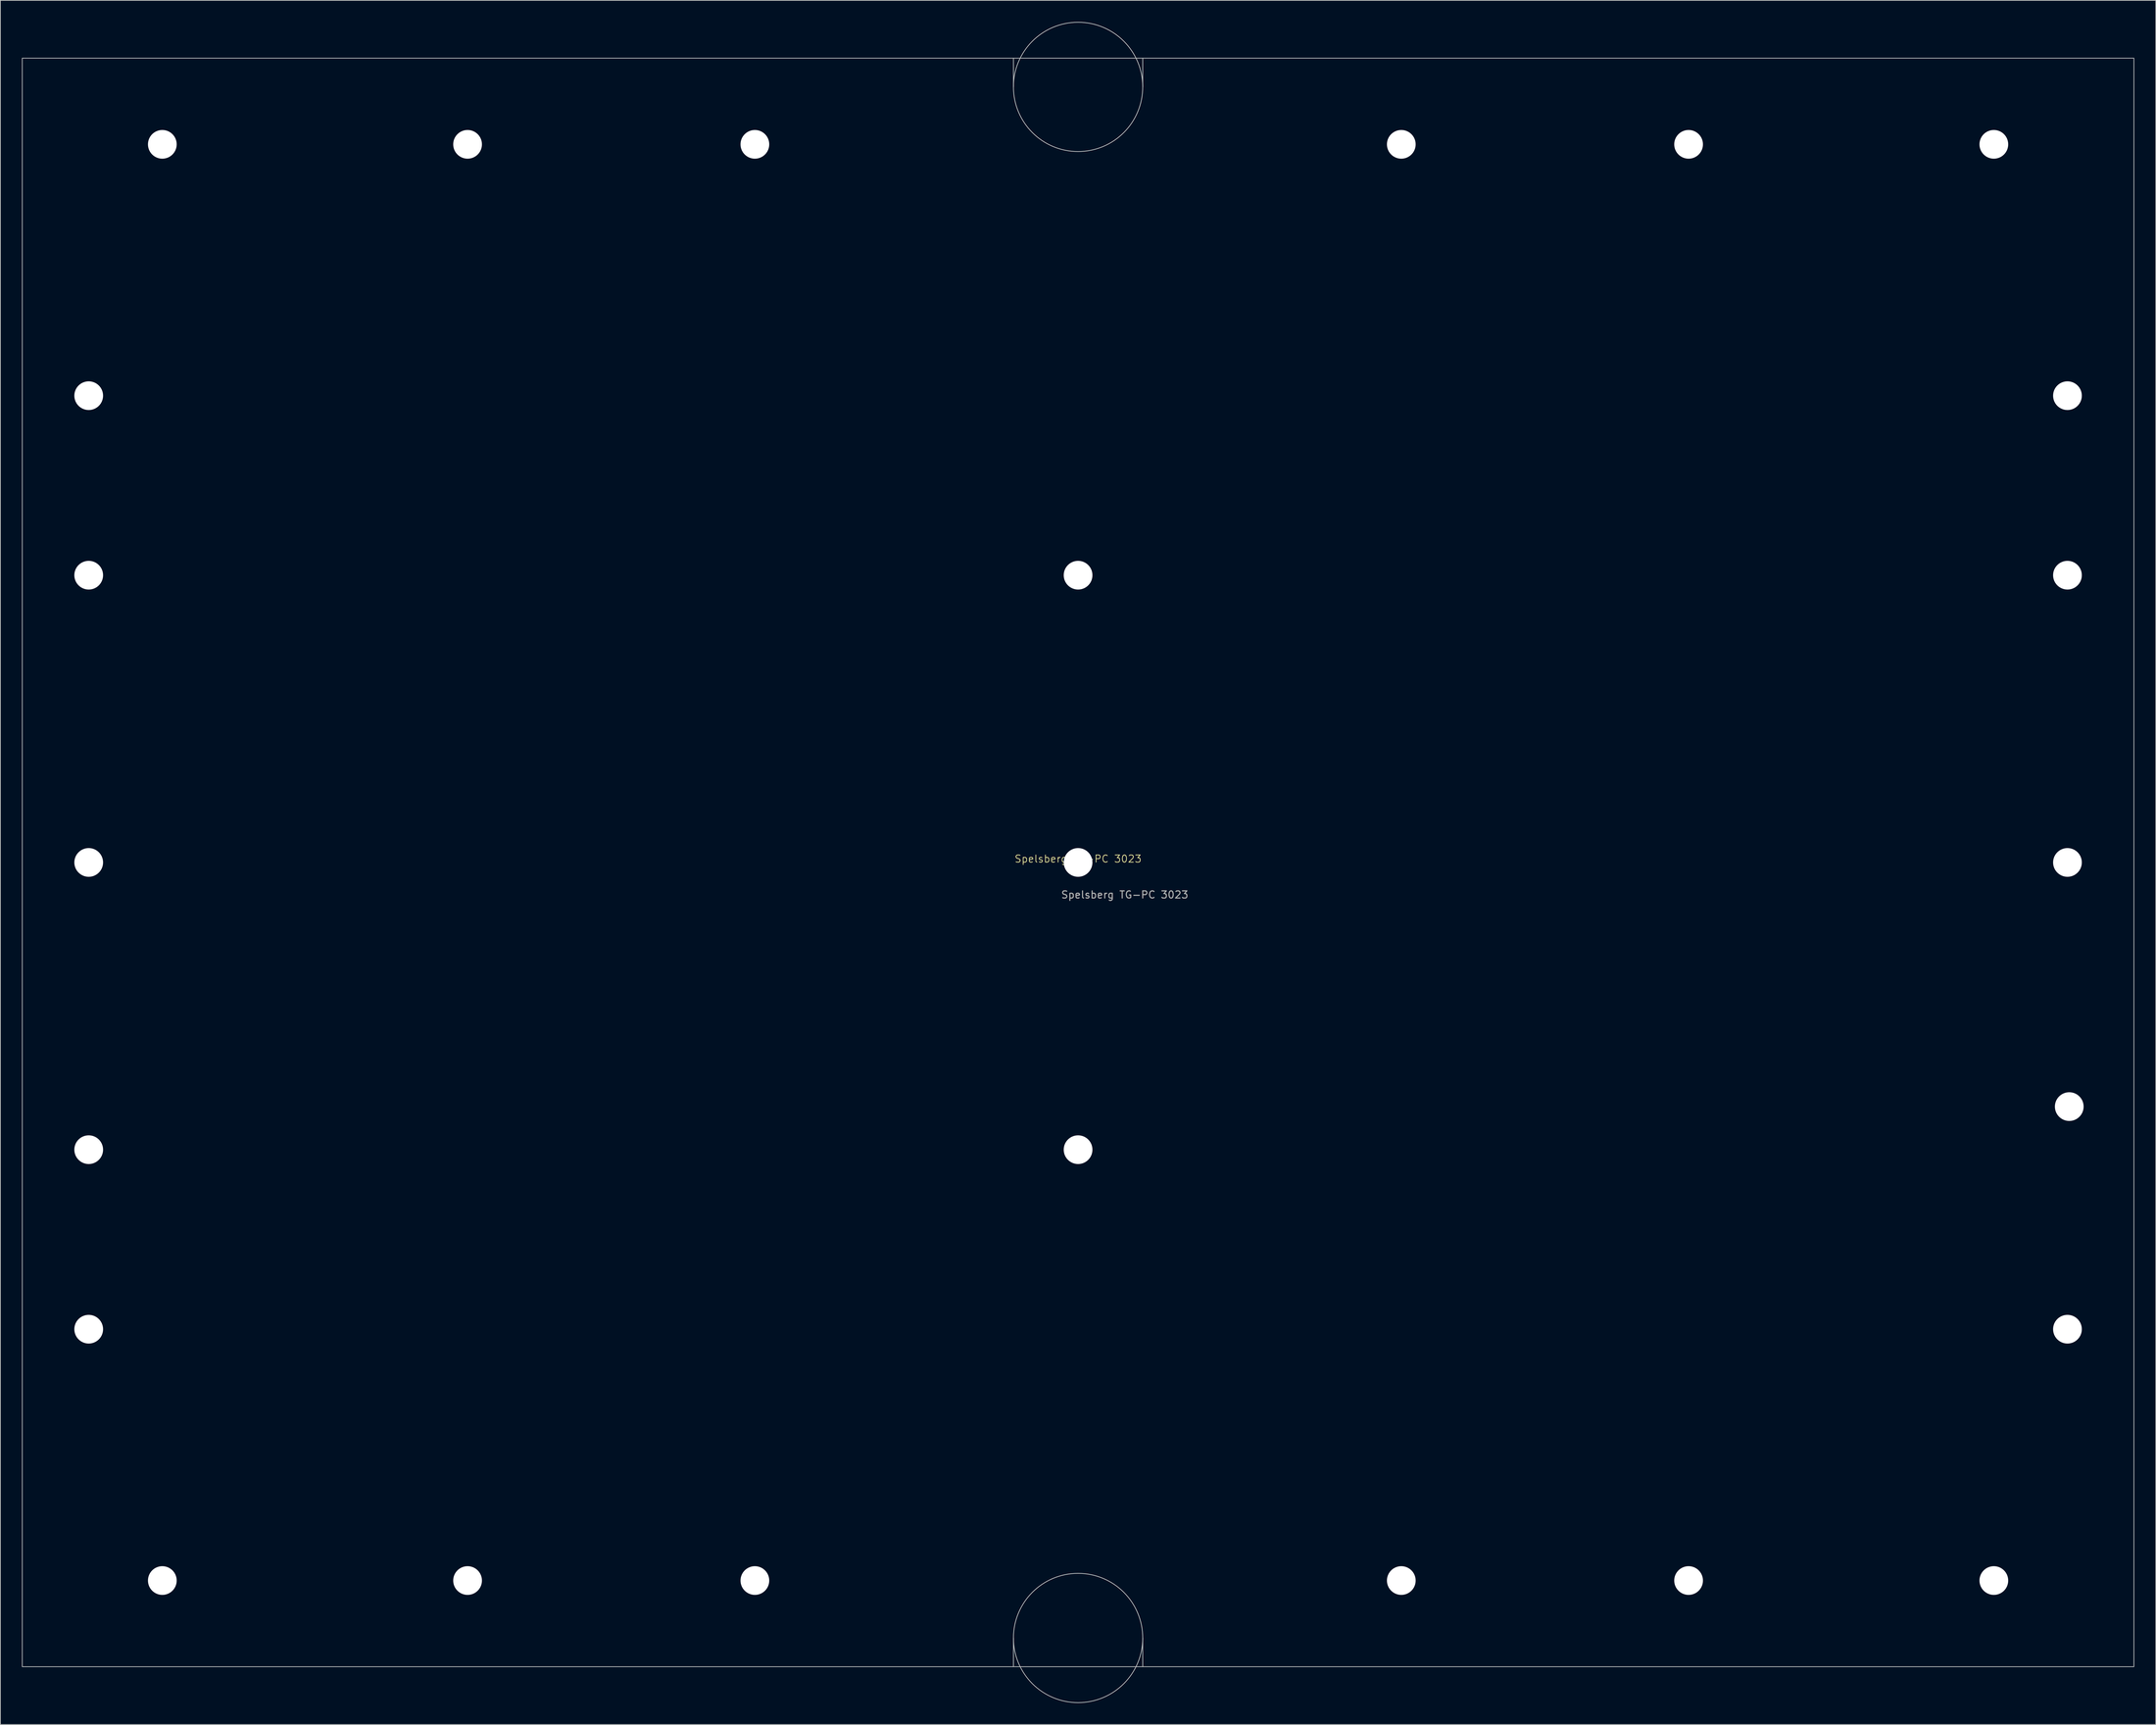
<source format=kicad_pcb>
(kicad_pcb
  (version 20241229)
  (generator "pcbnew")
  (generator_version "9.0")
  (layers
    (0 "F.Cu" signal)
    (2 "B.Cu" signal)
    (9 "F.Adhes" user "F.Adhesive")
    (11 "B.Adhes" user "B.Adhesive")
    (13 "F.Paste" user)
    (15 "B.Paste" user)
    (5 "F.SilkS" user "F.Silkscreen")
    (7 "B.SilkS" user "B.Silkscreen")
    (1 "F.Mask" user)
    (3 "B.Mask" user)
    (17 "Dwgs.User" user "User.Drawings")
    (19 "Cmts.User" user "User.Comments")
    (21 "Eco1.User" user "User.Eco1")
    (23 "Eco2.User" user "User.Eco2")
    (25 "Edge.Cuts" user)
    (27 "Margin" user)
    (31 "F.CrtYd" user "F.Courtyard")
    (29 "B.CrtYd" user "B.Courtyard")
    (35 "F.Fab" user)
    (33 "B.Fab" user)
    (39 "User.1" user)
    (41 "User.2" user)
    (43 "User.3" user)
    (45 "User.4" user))
  (footprint "Spelsberg TG-PC 3023"
    (layer "F.Cu")
    (at 147.05 117.05)
    (property "Reference" "Spelsberg TG-PC 3023" (at 0 -0.5 0) (unlocked yes) (layer "F.SilkS") (effects (font (size 1 1) (thickness 0.1))))
    (fp_line (start -9 -108) (end -9 -112) (stroke (width 0.1) (type default)) (layer "Dwgs.User"))
    (fp_line (start -9 108) (end -9 112) (stroke (width 0.1) (type default)) (layer "Dwgs.User"))
    (fp_line (start 9 -108) (end 9 -112) (stroke (width 0.1) (type default)) (layer "Dwgs.User"))
    (fp_line (start 9 108) (end 9 112) (stroke (width 0.1) (type default)) (layer "Dwgs.User"))
    (fp_rect (start -147 -112) (end 147 112) (stroke (width 0.1) (type default)) (fill no) (layer "Dwgs.User"))
    (fp_circle (center 0 -108) (end 9 -108) (stroke (width 0.1) (type default)) (fill no) (layer "Dwgs.User"))
    (fp_circle (center 0 108) (end 9 108) (stroke (width 0.1) (type default)) (fill no) (layer "Dwgs.User"))
    (fp_text user "${REFERENCE}" (at 6.5 4.5 0) (unlocked yes) (layer "F.Fab") (effects (font (size 1 1) (thickness 0.15))))
    (pad "" np_thru_hole circle (at -137.75 -65) (size 4 4) (drill 4) (layers "*.Cu" "*.Mask"))
    (pad "" np_thru_hole circle (at -137.75 -40) (size 4 4) (drill 4) (layers "*.Cu" "*.Mask"))
    (pad "" np_thru_hole circle (at -137.75 0) (size 4 4) (drill 4) (layers "*.Cu" "*.Mask"))
    (pad "" np_thru_hole circle (at -137.75 40) (size 4 4) (drill 4) (layers "*.Cu" "*.Mask"))
    (pad "" np_thru_hole circle (at -137.75 65) (size 4 4) (drill 4) (layers "*.Cu" "*.Mask"))
    (pad "" np_thru_hole circle (at -127.5 -100) (size 4 4) (drill 4) (layers "*.Cu" "*.Mask"))
    (pad "" np_thru_hole circle (at -127.5 100) (size 4 4) (drill 4) (layers "*.Cu" "*.Mask"))
    (pad "" np_thru_hole circle (at -85 -100) (size 4 4) (drill 4) (layers "*.Cu" "*.Mask"))
    (pad "" np_thru_hole circle (at -85 100) (size 4 4) (drill 4) (layers "*.Cu" "*.Mask"))
    (pad "" np_thru_hole circle (at -45 -100) (size 4 4) (drill 4) (layers "*.Cu" "*.Mask"))
    (pad "" np_thru_hole circle (at -45 100) (size 4 4) (drill 4) (layers "*.Cu" "*.Mask"))
    (pad "" np_thru_hole circle (at 0 -40) (size 4 4) (drill 4) (layers "*.Cu" "*.Mask"))
    (pad "" np_thru_hole circle (at 0 0) (size 4 4) (drill 4) (layers "*.Cu" "*.Mask"))
    (pad "" np_thru_hole circle (at 0 40) (size 4 4) (drill 4) (layers "*.Cu" "*.Mask"))
    (pad "" np_thru_hole circle (at 45 -100) (size 4 4) (drill 4) (layers "*.Cu" "*.Mask"))
    (pad "" np_thru_hole circle (at 45 100) (size 4 4) (drill 4) (layers "*.Cu" "*.Mask"))
    (pad "" np_thru_hole circle (at 85 -100) (size 4 4) (drill 4) (layers "*.Cu" "*.Mask"))
    (pad "" np_thru_hole circle (at 85 100) (size 4 4) (drill 4) (layers "*.Cu" "*.Mask"))
    (pad "" np_thru_hole circle (at 127.5 -100) (size 4 4) (drill 4) (layers "*.Cu" "*.Mask"))
    (pad "" np_thru_hole circle (at 127.5 100) (size 4 4) (drill 4) (layers "*.Cu" "*.Mask"))
    (pad "" np_thru_hole circle (at 137.75 -65) (size 4 4) (drill 4) (layers "*.Cu" "*.Mask"))
    (pad "" np_thru_hole circle (at 137.75 -40) (size 4 4) (drill 4) (layers "*.Cu" "*.Mask"))
    (pad "" np_thru_hole circle (at 137.75 0) (size 4 4) (drill 4) (layers "*.Cu" "*.Mask"))
    (pad "" np_thru_hole circle (at 137.75 65) (size 4 4) (drill 4) (layers "*.Cu" "*.Mask"))
    (pad "" np_thru_hole circle (at 138 34) (size 4 4) (drill 4) (layers "*.Cu" "*.Mask")))
  (gr_rect
    (start -3 -3)
    (end 297.1 237.1)
    (stroke (width 0.1) (type default))
    (fill no)
    (layer "Edge.Cuts")))
</source>
